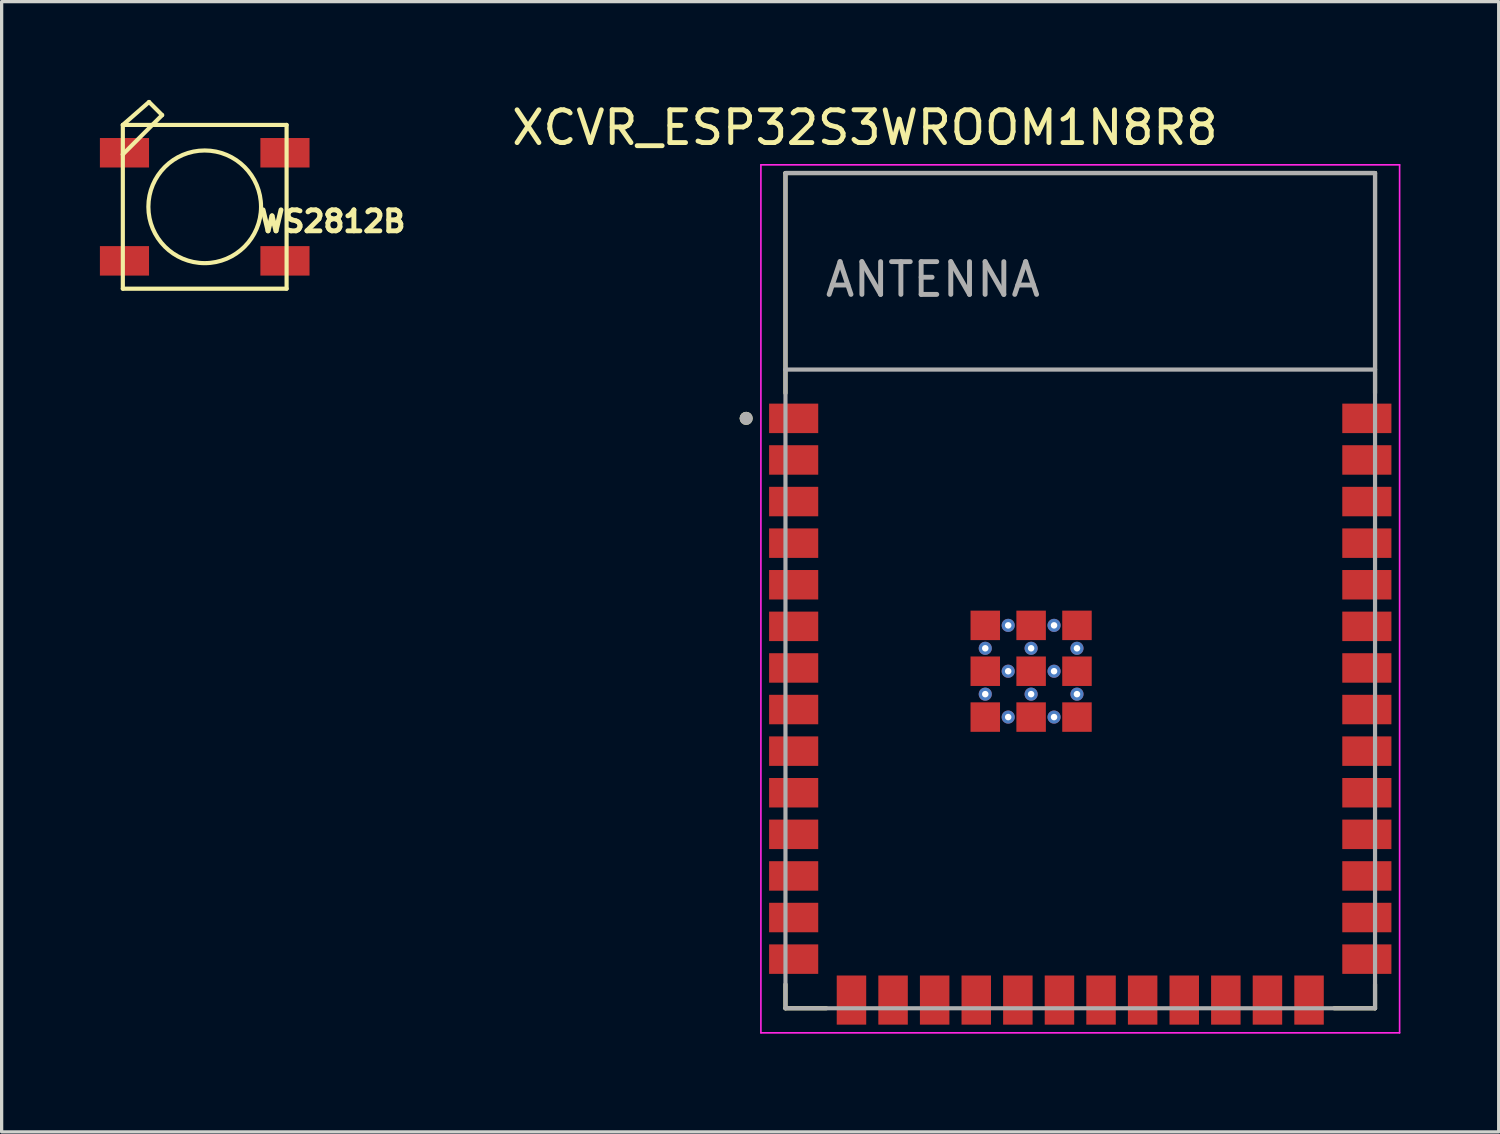
<source format=kicad_pcb>
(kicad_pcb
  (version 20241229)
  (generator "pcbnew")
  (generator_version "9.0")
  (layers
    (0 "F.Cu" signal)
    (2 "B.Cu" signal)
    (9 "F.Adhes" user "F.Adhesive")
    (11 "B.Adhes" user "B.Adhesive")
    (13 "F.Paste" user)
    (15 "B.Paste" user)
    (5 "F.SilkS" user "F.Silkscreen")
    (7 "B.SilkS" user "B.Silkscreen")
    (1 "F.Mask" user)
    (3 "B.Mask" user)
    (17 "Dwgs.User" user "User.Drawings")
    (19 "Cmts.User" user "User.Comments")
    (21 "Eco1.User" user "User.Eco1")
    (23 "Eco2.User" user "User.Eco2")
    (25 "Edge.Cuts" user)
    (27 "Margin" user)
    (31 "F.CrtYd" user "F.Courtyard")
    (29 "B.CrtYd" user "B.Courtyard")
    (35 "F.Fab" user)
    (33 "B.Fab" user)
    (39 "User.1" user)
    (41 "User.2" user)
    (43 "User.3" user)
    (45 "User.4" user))
  (footprint "XCVR_ESP32S3WROOM1N8R8"
    (layer "F.Cu")
    (at 29.931 14.983)
    (property "Reference" "XCVR_ESP32S3WROOM1N8R8" (at -6.575 -14.135 0) (layer "F.SilkS") (effects (font (size 1 1) (thickness 0.15))))
    (attr smd)
    (fp_line (start -9 -12.75) (end 9 -12.75) (stroke (width 0.127) (type solid)) (layer "F.SilkS"))
    (fp_line (start -9 -6.03) (end -9 -12.75) (stroke (width 0.127) (type solid)) (layer "F.SilkS"))
    (fp_line (start -9 12.02) (end -9 12.75) (stroke (width 0.127) (type solid)) (layer "F.SilkS"))
    (fp_line (start -9 12.75) (end -7.755 12.75) (stroke (width 0.127) (type solid)) (layer "F.SilkS"))
    (fp_line (start 9 -12.75) (end 9 -6.03) (stroke (width 0.127) (type solid)) (layer "F.SilkS"))
    (fp_line (start 9 12.02) (end 9 12.75) (stroke (width 0.127) (type solid)) (layer "F.SilkS"))
    (fp_line (start 9 12.75) (end 7.755 12.75) (stroke (width 0.127) (type solid)) (layer "F.SilkS"))
    (fp_circle (center -10.2 -5.26) (end -10.1 -5.26) (stroke (width 0.2) (type solid)) (fill no) (layer "F.SilkS"))
    (fp_line (start -9.75 -13) (end 9.75 -13) (stroke (width 0.05) (type solid)) (layer "F.CrtYd"))
    (fp_line (start -9.75 13.5) (end -9.75 -13) (stroke (width 0.05) (type solid)) (layer "F.CrtYd"))
    (fp_line (start -9.75 13.5) (end 9.75 13.5) (stroke (width 0.05) (type solid)) (layer "F.CrtYd"))
    (fp_line (start 9.75 -13) (end 9.75 13.5) (stroke (width 0.05) (type solid)) (layer "F.CrtYd"))
    (fp_line (start -9 -12.75) (end 9 -12.75) (stroke (width 0.127) (type solid)) (layer "F.Fab"))
    (fp_line (start -9 -6.75) (end -9 -12.75) (stroke (width 0.127) (type solid)) (layer "F.Fab"))
    (fp_line (start -9 -6.75) (end 9 -6.75) (stroke (width 0.127) (type solid)) (layer "F.Fab"))
    (fp_line (start -9 12.75) (end -9 -6.75) (stroke (width 0.127) (type solid)) (layer "F.Fab"))
    (fp_line (start 9 -12.75) (end 9 -6.75) (stroke (width 0.127) (type solid)) (layer "F.Fab"))
    (fp_line (start 9 -6.75) (end 9 12.75) (stroke (width 0.127) (type solid)) (layer "F.Fab"))
    (fp_line (start 9 12.75) (end -9 12.75) (stroke (width 0.127) (type solid)) (layer "F.Fab"))
    (fp_circle (center -10.2 -5.26) (end -10.1 -5.26) (stroke (width 0.2) (type solid)) (fill no) (layer "F.Fab"))
    (fp_text user "ANTENNA" (at -4.5 -9.5 0) (layer "F.Fab") (effects (font (size 1 1) (thickness 0.15))))
    (pad "1" smd rect (at -8.75 -5.26) (size 1.5 0.9) (layers "F.Cu" "F.Mask" "F.Paste"))
    (pad "2" smd rect (at -8.75 -3.99) (size 1.5 0.9) (layers "F.Cu" "F.Mask" "F.Paste"))
    (pad "3" smd rect (at -8.75 -2.72) (size 1.5 0.9) (layers "F.Cu" "F.Mask" "F.Paste"))
    (pad "4" smd rect (at -8.75 -1.45) (size 1.5 0.9) (layers "F.Cu" "F.Mask" "F.Paste"))
    (pad "5" smd rect (at -8.75 -0.18) (size 1.5 0.9) (layers "F.Cu" "F.Mask" "F.Paste"))
    (pad "6" smd rect (at -8.75 1.09) (size 1.5 0.9) (layers "F.Cu" "F.Mask" "F.Paste"))
    (pad "7" smd rect (at -8.75 2.36) (size 1.5 0.9) (layers "F.Cu" "F.Mask" "F.Paste"))
    (pad "8" smd rect (at -8.75 3.63) (size 1.5 0.9) (layers "F.Cu" "F.Mask" "F.Paste"))
    (pad "9" smd rect (at -8.75 4.9) (size 1.5 0.9) (layers "F.Cu" "F.Mask" "F.Paste"))
    (pad "10" smd rect (at -8.75 6.17) (size 1.5 0.9) (layers "F.Cu" "F.Mask" "F.Paste"))
    (pad "11" smd rect (at -8.75 7.44) (size 1.5 0.9) (layers "F.Cu" "F.Mask" "F.Paste"))
    (pad "12" smd rect (at -8.75 8.71) (size 1.5 0.9) (layers "F.Cu" "F.Mask" "F.Paste"))
    (pad "13" smd rect (at -8.75 9.98) (size 1.5 0.9) (layers "F.Cu" "F.Mask" "F.Paste"))
    (pad "14" smd rect (at -8.75 11.25) (size 1.5 0.9) (layers "F.Cu" "F.Mask" "F.Paste"))
    (pad "15" smd rect (at -6.985 12.5) (size 0.9 1.5) (layers "F.Cu" "F.Mask" "F.Paste"))
    (pad "16" smd rect (at -5.715 12.5) (size 0.9 1.5) (layers "F.Cu" "F.Mask" "F.Paste"))
    (pad "17" smd rect (at -4.445 12.5) (size 0.9 1.5) (layers "F.Cu" "F.Mask" "F.Paste"))
    (pad "18" smd rect (at -3.175 12.5) (size 0.9 1.5) (layers "F.Cu" "F.Mask" "F.Paste"))
    (pad "19" smd rect (at -1.905 12.5) (size 0.9 1.5) (layers "F.Cu" "F.Mask" "F.Paste"))
    (pad "20" smd rect (at -0.635 12.5) (size 0.9 1.5) (layers "F.Cu" "F.Mask" "F.Paste"))
    (pad "21" smd rect (at 0.635 12.5) (size 0.9 1.5) (layers "F.Cu" "F.Mask" "F.Paste"))
    (pad "22" smd rect (at 1.905 12.5) (size 0.9 1.5) (layers "F.Cu" "F.Mask" "F.Paste"))
    (pad "23" smd rect (at 3.175 12.5) (size 0.9 1.5) (layers "F.Cu" "F.Mask" "F.Paste"))
    (pad "24" smd rect (at 4.445 12.5) (size 0.9 1.5) (layers "F.Cu" "F.Mask" "F.Paste"))
    (pad "25" smd rect (at 5.715 12.5) (size 0.9 1.5) (layers "F.Cu" "F.Mask" "F.Paste"))
    (pad "26" smd rect (at 6.985 12.5) (size 0.9 1.5) (layers "F.Cu" "F.Mask" "F.Paste"))
    (pad "27" smd rect (at 8.75 11.25) (size 1.5 0.9) (layers "F.Cu" "F.Mask" "F.Paste"))
    (pad "28" smd rect (at 8.75 9.98) (size 1.5 0.9) (layers "F.Cu" "F.Mask" "F.Paste"))
    (pad "29" smd rect (at 8.75 8.71) (size 1.5 0.9) (layers "F.Cu" "F.Mask" "F.Paste"))
    (pad "30" smd rect (at 8.75 7.44) (size 1.5 0.9) (layers "F.Cu" "F.Mask" "F.Paste"))
    (pad "31" smd rect (at 8.75 6.17) (size 1.5 0.9) (layers "F.Cu" "F.Mask" "F.Paste"))
    (pad "32" smd rect (at 8.75 4.9) (size 1.5 0.9) (layers "F.Cu" "F.Mask" "F.Paste"))
    (pad "33" smd rect (at 8.75 3.63) (size 1.5 0.9) (layers "F.Cu" "F.Mask" "F.Paste"))
    (pad "34" smd rect (at 8.75 2.36) (size 1.5 0.9) (layers "F.Cu" "F.Mask" "F.Paste"))
    (pad "35" smd rect (at 8.75 1.09) (size 1.5 0.9) (layers "F.Cu" "F.Mask" "F.Paste"))
    (pad "36" smd rect (at 8.75 -0.18) (size 1.5 0.9) (layers "F.Cu" "F.Mask" "F.Paste"))
    (pad "37" smd rect (at 8.75 -1.45) (size 1.5 0.9) (layers "F.Cu" "F.Mask" "F.Paste"))
    (pad "38" smd rect (at 8.75 -2.72) (size 1.5 0.9) (layers "F.Cu" "F.Mask" "F.Paste"))
    (pad "39" smd rect (at 8.75 -3.99) (size 1.5 0.9) (layers "F.Cu" "F.Mask" "F.Paste"))
    (pad "40" smd rect (at 8.75 -5.26) (size 1.5 0.9) (layers "F.Cu" "F.Mask" "F.Paste"))
    (pad "41_1" smd rect (at -1.5 2.46) (size 0.9 0.9) (layers "F.Cu" "F.Mask" "F.Paste"))
    (pad "41_2" smd rect (at -2.9 2.46) (size 0.9 0.9) (layers "F.Cu" "F.Mask" "F.Paste"))
    (pad "41_3" smd rect (at -0.1 2.46) (size 0.9 0.9) (layers "F.Cu" "F.Mask" "F.Paste"))
    (pad "41_4" smd rect (at -2.9 3.86) (size 0.9 0.9) (layers "F.Cu" "F.Mask" "F.Paste"))
    (pad "41_5" smd rect (at -1.5 3.86) (size 0.9 0.9) (layers "F.Cu" "F.Mask" "F.Paste"))
    (pad "41_6" smd rect (at -0.1 3.86) (size 0.9 0.9) (layers "F.Cu" "F.Mask" "F.Paste"))
    (pad "41_7" smd rect (at -2.9 1.06) (size 0.9 0.9) (layers "F.Cu" "F.Mask" "F.Paste"))
    (pad "41_7" thru_hole circle (at -2.9 1.76) (size 0.4 0.4) (drill 0.2) (layers "*.Cu"))
    (pad "41_7" thru_hole circle (at -2.9 3.16) (size 0.4 0.4) (drill 0.2) (layers "*.Cu"))
    (pad "41_7" thru_hole circle (at -2.2 1.06) (size 0.4 0.4) (drill 0.2) (layers "*.Cu"))
    (pad "41_7" thru_hole circle (at -2.2 2.46) (size 0.4 0.4) (drill 0.2) (layers "*.Cu"))
    (pad "41_7" thru_hole circle (at -2.2 3.86) (size 0.4 0.4) (drill 0.2) (layers "*.Cu"))
    (pad "41_7" thru_hole circle (at -1.5 1.76) (size 0.4 0.4) (drill 0.2) (layers "*.Cu"))
    (pad "41_7" thru_hole circle (at -1.5 3.16) (size 0.4 0.4) (drill 0.2) (layers "*.Cu"))
    (pad "41_7" thru_hole circle (at -0.8 1.06) (size 0.4 0.4) (drill 0.2) (layers "*.Cu"))
    (pad "41_7" thru_hole circle (at -0.8 2.46) (size 0.4 0.4) (drill 0.2) (layers "*.Cu"))
    (pad "41_7" thru_hole circle (at -0.8 3.86) (size 0.4 0.4) (drill 0.2) (layers "*.Cu"))
    (pad "41_7" thru_hole circle (at -0.1 1.76) (size 0.4 0.4) (drill 0.2) (layers "*.Cu"))
    (pad "41_7" thru_hole circle (at -0.1 3.16) (size 0.4 0.4) (drill 0.2) (layers "*.Cu"))
    (pad "41_8" smd rect (at -1.5 1.06) (size 0.9 0.9) (layers "F.Cu" "F.Mask" "F.Paste"))
    (pad "41_9" smd rect (at -0.1 1.06) (size 0.9 0.9) (layers "F.Cu" "F.Mask" "F.Paste"))
    (zone (net_name "") (layer "F.Cu") (hatch full 0.508) (connect_pads) (min_thickness 0.01) (filled_areas_thickness no) (keepout (tracks not_allowed) (vias not_allowed) (pads not_allowed) (copperpour not_allowed) (footprints allowed)) (placement (enabled no)) (fill) (polygon (pts (xy 20.931 2.233) (xy 38.931 2.233) (xy 38.931 8.233) (xy 20.931 8.233))))
    (zone (net_name "") (layers "F.Cu" "B.Cu") (hatch full 0.508) (connect_pads) (min_thickness 0.01) (filled_areas_thickness no) (keepout (tracks allowed) (vias not_allowed) (pads allowed) (copperpour allowed) (footprints allowed)) (placement (enabled no)) (fill) (polygon (pts (xy 20.931 2.233) (xy 38.931 2.233) (xy 38.931 8.233) (xy 20.931 8.233))))
    (zone (net_name "") (layer "B.Cu") (hatch full 0.508) (connect_pads) (min_thickness 0.01) (filled_areas_thickness no) (keepout (tracks not_allowed) (vias not_allowed) (pads not_allowed) (copperpour not_allowed) (footprints allowed)) (placement (enabled no)) (fill) (polygon (pts (xy 20.931 2.233) (xy 38.931 2.233) (xy 38.931 8.233) (xy 20.931 8.233)))))
  (footprint "WS2812B"
    (layer "F.Cu")
    (at 3.2 3.264)
    (property "Reference" "WS2812B" (at 3.899 0.445 180) (layer "F.SilkS") (effects (font (size 0.64 0.64) (thickness 0.15))))
    (attr smd)
    (fp_line (start -2.5 -2.5) (end -1.6 -2.5) (stroke (width 0.127) (type solid)) (layer "F.SilkS"))
    (fp_line (start -2.5 -1.6) (end -2.5 -2.5) (stroke (width 0.127) (type solid)) (layer "F.SilkS"))
    (fp_line (start -2.5 -1.6) (end -1.6 -2.5) (stroke (width 0.127) (type solid)) (layer "F.SilkS"))
    (fp_line (start -2.5 2.5) (end -2.5 -1.6) (stroke (width 0.127) (type solid)) (layer "F.SilkS"))
    (fp_line (start -1.7 -3.2) (end -2.5 -2.5) (stroke (width 0.127) (type solid)) (layer "F.SilkS"))
    (fp_line (start -1.6 -2.5) (end -1.3 -2.8) (stroke (width 0.127) (type solid)) (layer "F.SilkS"))
    (fp_line (start -1.6 -2.5) (end 2.5 -2.5) (stroke (width 0.127) (type solid)) (layer "F.SilkS"))
    (fp_line (start -1.3 -2.8) (end -1.7 -3.2) (stroke (width 0.127) (type solid)) (layer "F.SilkS"))
    (fp_line (start 2.5 -2.5) (end 2.5 2.5) (stroke (width 0.127) (type solid)) (layer "F.SilkS"))
    (fp_line (start 2.5 2.5) (end -2.5 2.5) (stroke (width 0.127) (type solid)) (layer "F.SilkS"))
    (fp_circle (center 0 0) (end 1.72 0) (stroke (width 0.127) (type solid)) (fill no) (layer "F.SilkS"))
    (pad "1" smd rect (at 2.45 1.65) (size 1.5 0.9) (layers "F.Cu" "F.Mask" "F.Paste"))
    (pad "2" smd rect (at 2.45 -1.65) (size 1.5 0.9) (layers "F.Cu" "F.Mask" "F.Paste"))
    (pad "3" smd rect (at -2.45 -1.65) (size 1.5 0.9) (layers "F.Cu" "F.Mask" "F.Paste"))
    (pad "4" smd rect (at -2.45 1.65) (size 1.5 0.9) (layers "F.Cu" "F.Mask" "F.Paste")))
  (gr_rect
    (start -3 -3)
    (end 42.706 31.508)
    (stroke (width 0.1) (type default))
    (fill no)
    (layer "Edge.Cuts")))
</source>
